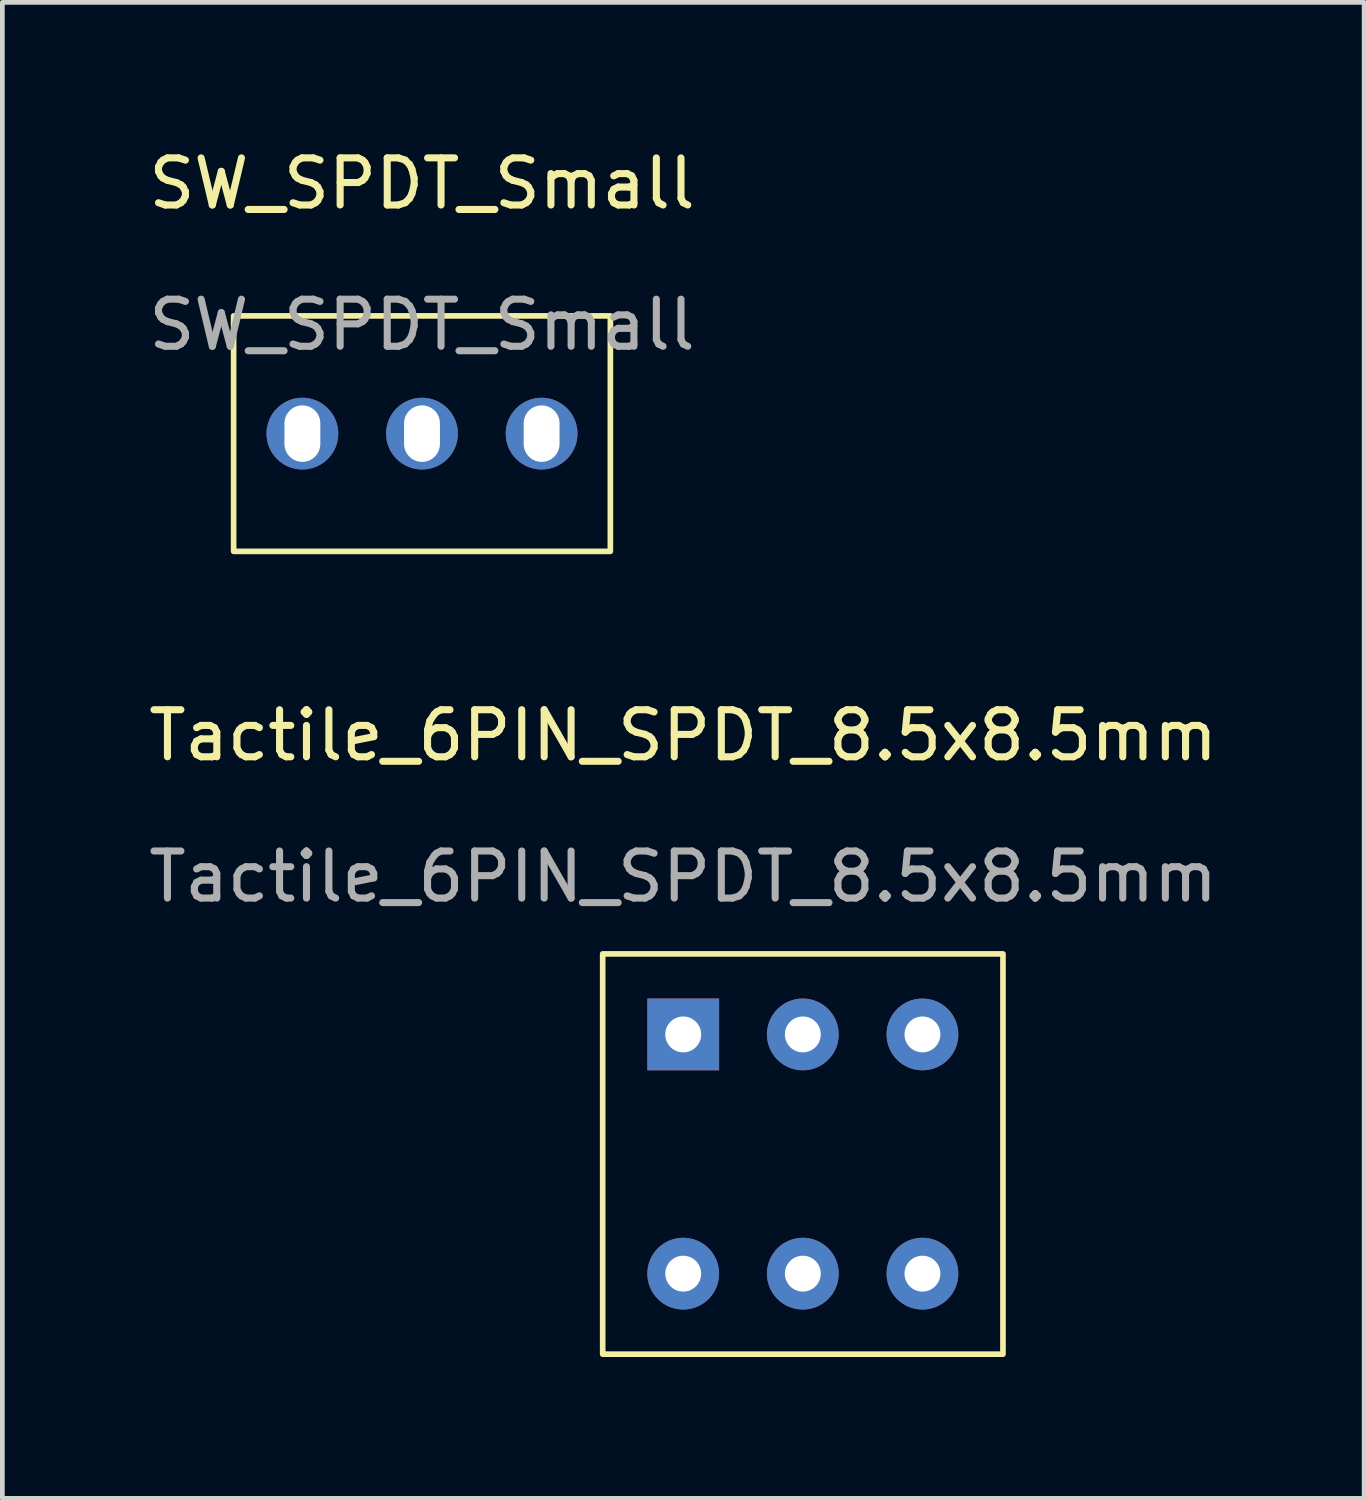
<source format=kicad_pcb>
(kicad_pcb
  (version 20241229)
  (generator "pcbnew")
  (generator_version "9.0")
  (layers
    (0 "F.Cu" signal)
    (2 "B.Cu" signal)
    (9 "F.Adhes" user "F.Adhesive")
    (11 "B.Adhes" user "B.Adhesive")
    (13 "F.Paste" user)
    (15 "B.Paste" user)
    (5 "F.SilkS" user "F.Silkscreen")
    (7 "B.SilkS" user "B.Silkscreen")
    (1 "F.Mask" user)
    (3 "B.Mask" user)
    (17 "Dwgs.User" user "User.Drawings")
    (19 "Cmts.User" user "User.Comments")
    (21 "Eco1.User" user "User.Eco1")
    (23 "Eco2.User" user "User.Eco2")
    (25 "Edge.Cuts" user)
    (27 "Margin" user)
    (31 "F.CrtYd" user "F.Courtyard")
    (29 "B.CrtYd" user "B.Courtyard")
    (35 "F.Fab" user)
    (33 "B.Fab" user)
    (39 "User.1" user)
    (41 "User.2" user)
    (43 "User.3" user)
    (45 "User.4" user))
  (footprint "SW_SPDT_Small"
    (layer "F.Cu")
    (at 5.911 6.158)
    (property "Reference" "SW_SPDT_Small" (at 0 -5.31 0) (unlocked yes) (layer "F.SilkS") (effects (font (size 1 1) (thickness 0.15))))
    (attr through_hole)
    (fp_rect (start -4 -2.5) (end 4 2.5) (stroke (width 0.12) (type solid)) (fill no) (layer "F.SilkS"))
    (fp_text user "${REFERENCE}" (at 0 -2.31 0) (unlocked yes) (layer "F.Fab") (effects (font (size 1 1) (thickness 0.15))))
    (pad "1" thru_hole circle (at -2.54 0) (size 1.524 1.524) (drill oval 0.762 1.2) (layers "*.Cu" "*.Mask"))
    (pad "2" thru_hole circle (at 0 0) (size 1.524 1.524) (drill oval 0.762 1.2) (layers "*.Cu" "*.Mask"))
    (pad "3" thru_hole circle (at 2.54 0) (size 1.524 1.524) (drill oval 0.762 1.2) (layers "*.Cu" "*.Mask")))
  (footprint "Tactile_6PIN_SPDT_8.5x8.5mm"
    (layer "F.Cu")
    (at 11.458 18.916)
    (property "Reference" "Tactile_6PIN_SPDT_8.5x8.5mm" (at 0 -6.35 0) (unlocked yes) (layer "F.SilkS") (effects (font (size 1 1) (thickness 0.15))))
    (attr through_hole)
    (fp_rect (start -1.71 -1.71) (end 6.79 6.79) (stroke (width 0.12) (type solid)) (fill no) (layer "F.SilkS"))
    (fp_text user "${REFERENCE}" (at 0 -3.35 0) (unlocked yes) (layer "F.Fab") (effects (font (size 1 1) (thickness 0.15))))
    (pad "1" thru_hole rect (at 0 0) (size 1.524 1.524) (drill 0.762) (layers "*.Cu" "*.Mask"))
    (pad "2" thru_hole circle (at 2.54 0) (size 1.524 1.524) (drill 0.762) (layers "*.Cu" "*.Mask"))
    (pad "3" thru_hole circle (at 5.08 0) (size 1.524 1.524) (drill 0.762) (layers "*.Cu" "*.Mask"))
    (pad "4" thru_hole circle (at 0 5.08) (size 1.524 1.524) (drill 0.762) (layers "*.Cu" "*.Mask"))
    (pad "5" thru_hole circle (at 2.54 5.08) (size 1.524 1.524) (drill 0.762) (layers "*.Cu" "*.Mask"))
    (pad "6" thru_hole circle (at 5.08 5.08) (size 1.524 1.524) (drill 0.762) (layers "*.Cu" "*.Mask")))
  (gr_rect
    (start -3 -3)
    (end 25.917 28.767)
    (stroke (width 0.1) (type default))
    (fill no)
    (layer "Edge.Cuts")))
</source>
